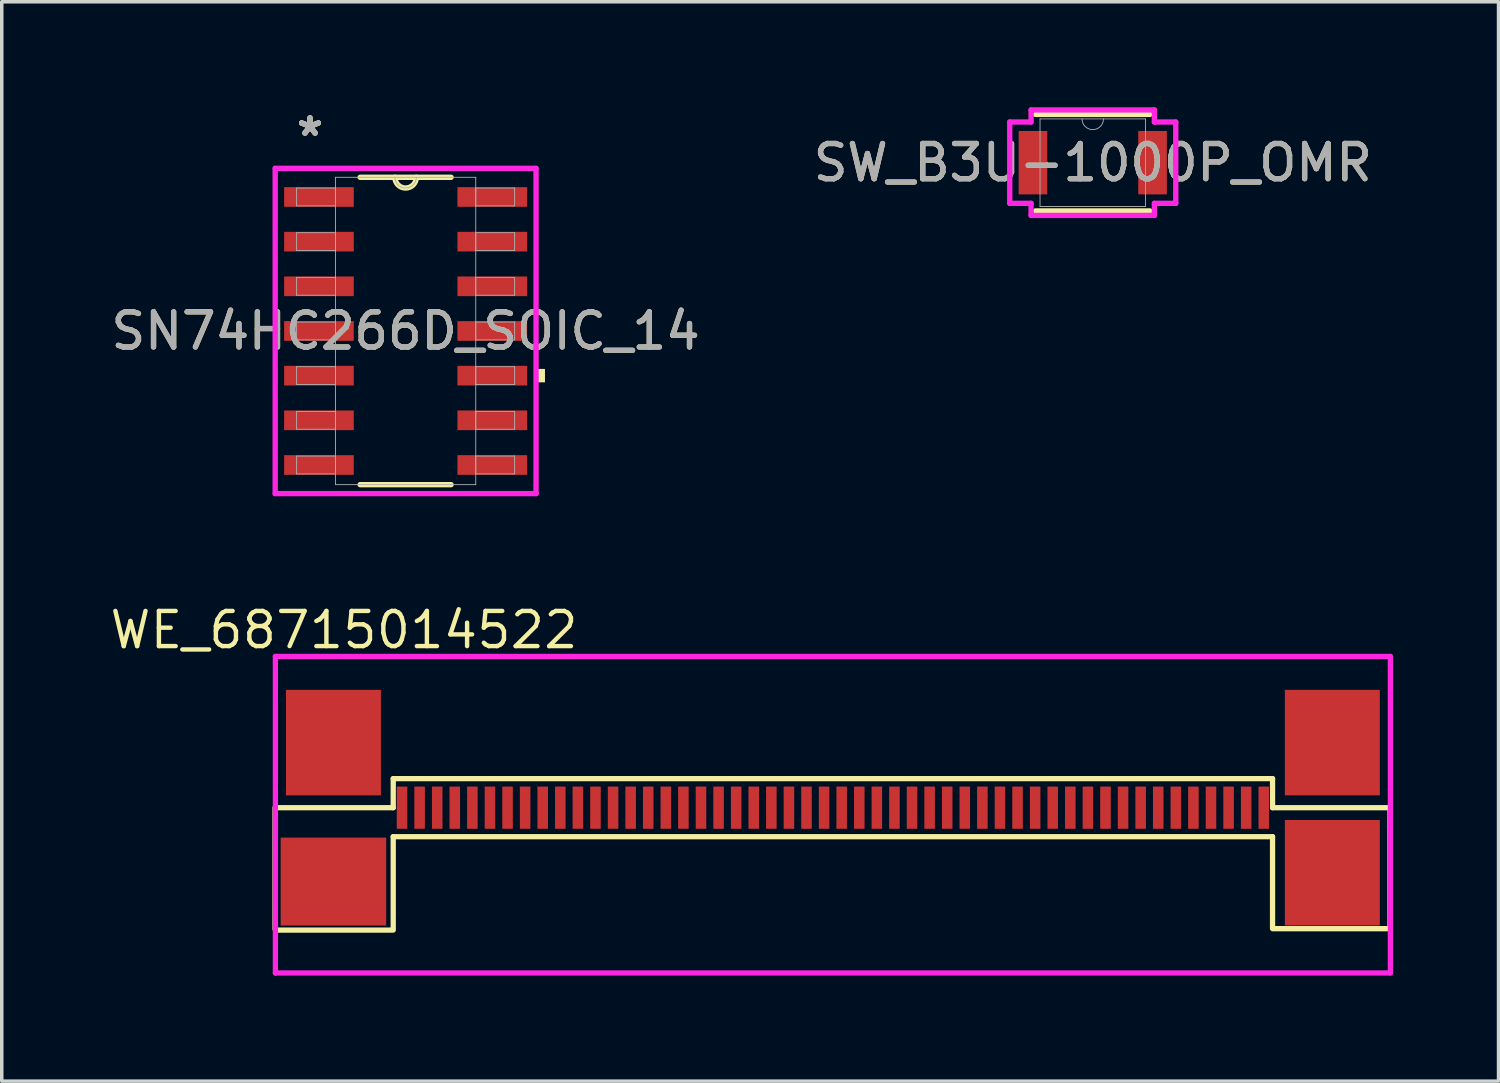
<source format=kicad_pcb>
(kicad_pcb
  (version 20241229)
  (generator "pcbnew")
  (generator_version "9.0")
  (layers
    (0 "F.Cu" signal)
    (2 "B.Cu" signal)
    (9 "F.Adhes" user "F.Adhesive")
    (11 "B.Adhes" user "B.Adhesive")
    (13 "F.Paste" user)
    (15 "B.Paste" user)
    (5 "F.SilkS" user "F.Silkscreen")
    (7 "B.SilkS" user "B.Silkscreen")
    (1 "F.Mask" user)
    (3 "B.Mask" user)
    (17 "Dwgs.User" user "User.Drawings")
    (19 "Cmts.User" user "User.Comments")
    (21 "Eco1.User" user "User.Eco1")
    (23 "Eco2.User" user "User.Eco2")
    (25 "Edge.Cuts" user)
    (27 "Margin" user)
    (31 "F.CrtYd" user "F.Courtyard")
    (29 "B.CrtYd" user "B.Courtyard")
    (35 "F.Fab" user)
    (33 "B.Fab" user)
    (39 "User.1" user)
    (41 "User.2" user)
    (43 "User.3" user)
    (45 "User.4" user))
  (footprint "WE_68715014522"
    (layer "F.Cu")
    (at 20.63 19.313)
    (property "Reference" "WE_68715014522" (at -13.9 -4.45 0) (layer "F.SilkS") (effects (font (size 1 1) (thickness 0.125))))
    (attr smd)
    (fp_line (start -15.86 4.05) (end -15.86 0.6) (stroke (width 0.15) (type solid)) (layer "F.SilkS"))
    (fp_line (start -15.83 0.6) (end -12.5 0.6) (stroke (width 0.15) (type solid)) (layer "F.SilkS"))
    (fp_line (start -12.56 4.08) (end -15.84 4.08) (stroke (width 0.15) (type solid)) (layer "F.SilkS"))
    (fp_line (start -12.5 -0.225) (end 12.5 -0.225) (stroke (width 0.15) (type solid)) (layer "F.SilkS"))
    (fp_line (start -12.5 0.6) (end -12.5 -0.225) (stroke (width 0.15) (type solid)) (layer "F.SilkS"))
    (fp_line (start -12.5 1.425) (end -12.5 4.08) (stroke (width 0.15) (type solid)) (layer "F.SilkS"))
    (fp_line (start -12.5 1.425) (end 12.5 1.425) (stroke (width 0.15) (type solid)) (layer "F.SilkS"))
    (fp_line (start 12.5 0.6) (end 12.5 -0.225) (stroke (width 0.15) (type solid)) (layer "F.SilkS"))
    (fp_line (start 12.5 1.425) (end 12.5 4.01) (stroke (width 0.15) (type solid)) (layer "F.SilkS"))
    (fp_line (start 12.5 4.04) (end 15.84 4.04) (stroke (width 0.15) (type solid)) (layer "F.SilkS"))
    (fp_line (start 15.81 0.6) (end 12.5 0.6) (stroke (width 0.15) (type solid)) (layer "F.SilkS"))
    (fp_line (start 15.84 4.04) (end 15.84 0.6) (stroke (width 0.15) (type solid)) (layer "F.SilkS"))
    (fp_line (start -15.85 -3.7) (end -15.85 5.3) (stroke (width 0.15) (type solid)) (layer "F.CrtYd"))
    (fp_line (start -15.85 5.3) (end 15.85 5.3) (stroke (width 0.15) (type solid)) (layer "F.CrtYd"))
    (fp_line (start 15.85 -3.7) (end -15.85 -3.7) (stroke (width 0.15) (type solid)) (layer "F.CrtYd"))
    (fp_line (start 15.85 5.3) (end 15.85 -3.7) (stroke (width 0.15) (type solid)) (layer "F.CrtYd"))
    (pad "1" smd rect (at -12.25 0.6) (size 0.3 1.2) (layers "F.Cu" "F.Mask" "F.Paste"))
    (pad "2" smd rect (at -11.75 0.6) (size 0.3 1.2) (layers "F.Cu" "F.Mask" "F.Paste"))
    (pad "3" smd rect (at -11.25 0.6) (size 0.3 1.2) (layers "F.Cu" "F.Mask" "F.Paste"))
    (pad "4" smd rect (at -10.75 0.6) (size 0.3 1.2) (layers "F.Cu" "F.Mask" "F.Paste"))
    (pad "5" smd rect (at -10.25 0.6) (size 0.3 1.2) (layers "F.Cu" "F.Mask" "F.Paste"))
    (pad "6" smd rect (at -9.75 0.6) (size 0.3 1.2) (layers "F.Cu" "F.Mask" "F.Paste"))
    (pad "7" smd rect (at -9.25 0.6) (size 0.3 1.2) (layers "F.Cu" "F.Mask" "F.Paste"))
    (pad "8" smd rect (at -8.75 0.6) (size 0.3 1.2) (layers "F.Cu" "F.Mask" "F.Paste"))
    (pad "9" smd rect (at -8.25 0.6) (size 0.3 1.2) (layers "F.Cu" "F.Mask" "F.Paste"))
    (pad "10" smd rect (at -7.75 0.6) (size 0.3 1.2) (layers "F.Cu" "F.Mask" "F.Paste"))
    (pad "11" smd rect (at -7.25 0.6) (size 0.3 1.2) (layers "F.Cu" "F.Mask" "F.Paste"))
    (pad "12" smd rect (at -6.75 0.6) (size 0.3 1.2) (layers "F.Cu" "F.Mask" "F.Paste"))
    (pad "13" smd rect (at -6.25 0.6) (size 0.3 1.2) (layers "F.Cu" "F.Mask" "F.Paste"))
    (pad "14" smd rect (at -5.75 0.6) (size 0.3 1.2) (layers "F.Cu" "F.Mask" "F.Paste"))
    (pad "15" smd rect (at -5.25 0.6) (size 0.3 1.2) (layers "F.Cu" "F.Mask" "F.Paste"))
    (pad "16" smd rect (at -4.75 0.6) (size 0.3 1.2) (layers "F.Cu" "F.Mask" "F.Paste"))
    (pad "17" smd rect (at -4.25 0.6) (size 0.3 1.2) (layers "F.Cu" "F.Mask" "F.Paste"))
    (pad "18" smd rect (at -3.75 0.6) (size 0.3 1.2) (layers "F.Cu" "F.Mask" "F.Paste"))
    (pad "19" smd rect (at -3.25 0.6) (size 0.3 1.2) (layers "F.Cu" "F.Mask" "F.Paste"))
    (pad "20" smd rect (at -2.75 0.6) (size 0.3 1.2) (layers "F.Cu" "F.Mask" "F.Paste"))
    (pad "21" smd rect (at -2.25 0.6) (size 0.3 1.2) (layers "F.Cu" "F.Mask" "F.Paste"))
    (pad "22" smd rect (at -1.75 0.6) (size 0.3 1.2) (layers "F.Cu" "F.Mask" "F.Paste"))
    (pad "23" smd rect (at -1.25 0.6) (size 0.3 1.2) (layers "F.Cu" "F.Mask" "F.Paste"))
    (pad "24" smd rect (at -0.75 0.6) (size 0.3 1.2) (layers "F.Cu" "F.Mask" "F.Paste"))
    (pad "25" smd rect (at -0.25 0.6) (size 0.3 1.2) (layers "F.Cu" "F.Mask" "F.Paste"))
    (pad "26" smd rect (at 0.25 0.6) (size 0.3 1.2) (layers "F.Cu" "F.Mask" "F.Paste"))
    (pad "27" smd rect (at 0.75 0.6) (size 0.3 1.2) (layers "F.Cu" "F.Mask" "F.Paste"))
    (pad "28" smd rect (at 1.25 0.6) (size 0.3 1.2) (layers "F.Cu" "F.Mask" "F.Paste"))
    (pad "29" smd rect (at 1.75 0.6) (size 0.3 1.2) (layers "F.Cu" "F.Mask" "F.Paste"))
    (pad "30" smd rect (at 2.25 0.6) (size 0.3 1.2) (layers "F.Cu" "F.Mask" "F.Paste"))
    (pad "31" smd rect (at 2.75 0.6) (size 0.3 1.2) (layers "F.Cu" "F.Mask" "F.Paste"))
    (pad "32" smd rect (at 3.25 0.6) (size 0.3 1.2) (layers "F.Cu" "F.Mask" "F.Paste"))
    (pad "33" smd rect (at 3.75 0.6) (size 0.3 1.2) (layers "F.Cu" "F.Mask" "F.Paste"))
    (pad "34" smd rect (at 4.25 0.6) (size 0.3 1.2) (layers "F.Cu" "F.Mask" "F.Paste"))
    (pad "35" smd rect (at 4.75 0.6) (size 0.3 1.2) (layers "F.Cu" "F.Mask" "F.Paste"))
    (pad "36" smd rect (at 5.25 0.6) (size 0.3 1.2) (layers "F.Cu" "F.Mask" "F.Paste"))
    (pad "37" smd rect (at 5.75 0.6) (size 0.3 1.2) (layers "F.Cu" "F.Mask" "F.Paste"))
    (pad "38" smd rect (at 6.25 0.6) (size 0.3 1.2) (layers "F.Cu" "F.Mask" "F.Paste"))
    (pad "39" smd rect (at 6.75 0.6) (size 0.3 1.2) (layers "F.Cu" "F.Mask" "F.Paste"))
    (pad "40" smd rect (at 7.25 0.6) (size 0.3 1.2) (layers "F.Cu" "F.Mask" "F.Paste"))
    (pad "41" smd rect (at 7.75 0.6) (size 0.3 1.2) (layers "F.Cu" "F.Mask" "F.Paste"))
    (pad "42" smd rect (at 8.25 0.6) (size 0.3 1.2) (layers "F.Cu" "F.Mask" "F.Paste"))
    (pad "43" smd rect (at 8.75 0.6) (size 0.3 1.2) (layers "F.Cu" "F.Mask" "F.Paste"))
    (pad "44" smd rect (at 9.25 0.6) (size 0.3 1.2) (layers "F.Cu" "F.Mask" "F.Paste"))
    (pad "45" smd rect (at 9.75 0.6) (size 0.3 1.2) (layers "F.Cu" "F.Mask" "F.Paste"))
    (pad "46" smd rect (at 10.25 0.6) (size 0.3 1.2) (layers "F.Cu" "F.Mask" "F.Paste"))
    (pad "47" smd rect (at 10.75 0.6) (size 0.3 1.2) (layers "F.Cu" "F.Mask" "F.Paste"))
    (pad "48" smd rect (at 11.25 0.6) (size 0.3 1.2) (layers "F.Cu" "F.Mask" "F.Paste"))
    (pad "49" smd rect (at 11.75 0.6) (size 0.3 1.2) (layers "F.Cu" "F.Mask" "F.Paste"))
    (pad "50" smd rect (at 12.25 0.6) (size 0.3 1.2) (layers "F.Cu" "F.Mask" "F.Paste"))
    (pad "~" smd rect (at -14.2 -1.25) (size 2.7 3) (layers "F.Cu" "F.Mask" "F.Paste"))
    (pad "~" smd rect (at -14.2 2.7) (size 3 2.5) (layers "F.Cu" "F.Mask" "F.Paste"))
    (pad "~" smd rect (at 14.2 -1.25) (size 2.7 3) (layers "F.Cu" "F.Mask" "F.Paste"))
    (pad "~" smd rect (at 14.2 2.45) (size 2.7 3) (layers "F.Cu" "F.Mask" "F.Paste")))
  (footprint "SN74HC266D_SOIC_14"
    (layer "F.Cu")
    (at 8.482 6.36)
    (property "Reference" "SN74HC266D_SOIC_14" (at 0 0 0) (unlocked yes) (layer "F.SilkS") (effects (font (size 1 1) (thickness 0.15))))
    (attr smd)
    (fp_line (start -1.293 4.369) (end 1.293 4.369) (stroke (width 0.152) (type solid)) (layer "F.SilkS"))
    (fp_line (start 1.293 -4.369) (end -1.293 -4.369) (stroke (width 0.152) (type solid)) (layer "F.SilkS"))
    (fp_arc (start 0.3048 -4.3688) (mid 0 -4.064) (end -0.3048 -4.3688) (stroke (width 0.1524) (type solid)) (layer "F.SilkS"))
    (fp_poly (pts (xy 3.962 1.079) (xy 3.962 1.46) (xy 3.708 1.46) (xy 3.708 1.079)) (stroke (width 0) (type solid)) (fill yes) (layer "F.SilkS"))
    (fp_line (start -3.708 -4.623) (end 3.708 -4.623) (stroke (width 0.152) (type solid)) (layer "F.CrtYd"))
    (fp_line (start -3.708 4.623) (end -3.708 -4.623) (stroke (width 0.152) (type solid)) (layer "F.CrtYd"))
    (fp_line (start 3.708 -4.623) (end 3.708 4.623) (stroke (width 0.152) (type solid)) (layer "F.CrtYd"))
    (fp_line (start 3.708 4.623) (end -3.708 4.623) (stroke (width 0.152) (type solid)) (layer "F.CrtYd"))
    (fp_line (start -3.099 -4.064) (end -3.099 -3.556) (stroke (width 0.025) (type solid)) (layer "F.Fab"))
    (fp_line (start -3.099 -3.556) (end -1.994 -3.556) (stroke (width 0.025) (type solid)) (layer "F.Fab"))
    (fp_line (start -3.099 -2.794) (end -3.099 -2.286) (stroke (width 0.025) (type solid)) (layer "F.Fab"))
    (fp_line (start -3.099 -2.286) (end -1.994 -2.286) (stroke (width 0.025) (type solid)) (layer "F.Fab"))
    (fp_line (start -3.099 -1.524) (end -3.099 -1.016) (stroke (width 0.025) (type solid)) (layer "F.Fab"))
    (fp_line (start -3.099 -1.016) (end -1.994 -1.016) (stroke (width 0.025) (type solid)) (layer "F.Fab"))
    (fp_line (start -3.099 -0.254) (end -3.099 0.254) (stroke (width 0.025) (type solid)) (layer "F.Fab"))
    (fp_line (start -3.099 0.254) (end -1.994 0.254) (stroke (width 0.025) (type solid)) (layer "F.Fab"))
    (fp_line (start -3.099 1.016) (end -3.099 1.524) (stroke (width 0.025) (type solid)) (layer "F.Fab"))
    (fp_line (start -3.099 1.524) (end -1.994 1.524) (stroke (width 0.025) (type solid)) (layer "F.Fab"))
    (fp_line (start -3.099 2.286) (end -3.099 2.794) (stroke (width 0.025) (type solid)) (layer "F.Fab"))
    (fp_line (start -3.099 2.794) (end -1.994 2.794) (stroke (width 0.025) (type solid)) (layer "F.Fab"))
    (fp_line (start -3.099 3.556) (end -3.099 4.064) (stroke (width 0.025) (type solid)) (layer "F.Fab"))
    (fp_line (start -3.099 4.064) (end -1.994 4.064) (stroke (width 0.025) (type solid)) (layer "F.Fab"))
    (fp_line (start -1.994 -4.369) (end -1.994 4.369) (stroke (width 0.025) (type solid)) (layer "F.Fab"))
    (fp_line (start -1.994 -4.064) (end -3.099 -4.064) (stroke (width 0.025) (type solid)) (layer "F.Fab"))
    (fp_line (start -1.994 -3.556) (end -1.994 -4.064) (stroke (width 0.025) (type solid)) (layer "F.Fab"))
    (fp_line (start -1.994 -2.794) (end -3.099 -2.794) (stroke (width 0.025) (type solid)) (layer "F.Fab"))
    (fp_line (start -1.994 -2.286) (end -1.994 -2.794) (stroke (width 0.025) (type solid)) (layer "F.Fab"))
    (fp_line (start -1.994 -1.524) (end -3.099 -1.524) (stroke (width 0.025) (type solid)) (layer "F.Fab"))
    (fp_line (start -1.994 -1.016) (end -1.994 -1.524) (stroke (width 0.025) (type solid)) (layer "F.Fab"))
    (fp_line (start -1.994 -0.254) (end -3.099 -0.254) (stroke (width 0.025) (type solid)) (layer "F.Fab"))
    (fp_line (start -1.994 0.254) (end -1.994 -0.254) (stroke (width 0.025) (type solid)) (layer "F.Fab"))
    (fp_line (start -1.994 1.016) (end -3.099 1.016) (stroke (width 0.025) (type solid)) (layer "F.Fab"))
    (fp_line (start -1.994 1.524) (end -1.994 1.016) (stroke (width 0.025) (type solid)) (layer "F.Fab"))
    (fp_line (start -1.994 2.286) (end -3.099 2.286) (stroke (width 0.025) (type solid)) (layer "F.Fab"))
    (fp_line (start -1.994 2.794) (end -1.994 2.286) (stroke (width 0.025) (type solid)) (layer "F.Fab"))
    (fp_line (start -1.994 3.556) (end -3.099 3.556) (stroke (width 0.025) (type solid)) (layer "F.Fab"))
    (fp_line (start -1.994 4.064) (end -1.994 3.556) (stroke (width 0.025) (type solid)) (layer "F.Fab"))
    (fp_line (start -1.994 4.369) (end 1.994 4.369) (stroke (width 0.025) (type solid)) (layer "F.Fab"))
    (fp_line (start 1.994 -4.369) (end -1.994 -4.369) (stroke (width 0.025) (type solid)) (layer "F.Fab"))
    (fp_line (start 1.994 -4.064) (end 1.994 -3.556) (stroke (width 0.025) (type solid)) (layer "F.Fab"))
    (fp_line (start 1.994 -3.556) (end 3.099 -3.556) (stroke (width 0.025) (type solid)) (layer "F.Fab"))
    (fp_line (start 1.994 -2.794) (end 1.994 -2.286) (stroke (width 0.025) (type solid)) (layer "F.Fab"))
    (fp_line (start 1.994 -2.286) (end 3.099 -2.286) (stroke (width 0.025) (type solid)) (layer "F.Fab"))
    (fp_line (start 1.994 -1.524) (end 1.994 -1.016) (stroke (width 0.025) (type solid)) (layer "F.Fab"))
    (fp_line (start 1.994 -1.016) (end 3.099 -1.016) (stroke (width 0.025) (type solid)) (layer "F.Fab"))
    (fp_line (start 1.994 -0.254) (end 1.994 0.254) (stroke (width 0.025) (type solid)) (layer "F.Fab"))
    (fp_line (start 1.994 0.254) (end 3.099 0.254) (stroke (width 0.025) (type solid)) (layer "F.Fab"))
    (fp_line (start 1.994 1.016) (end 1.994 1.524) (stroke (width 0.025) (type solid)) (layer "F.Fab"))
    (fp_line (start 1.994 1.524) (end 3.099 1.524) (stroke (width 0.025) (type solid)) (layer "F.Fab"))
    (fp_line (start 1.994 2.286) (end 1.994 2.794) (stroke (width 0.025) (type solid)) (layer "F.Fab"))
    (fp_line (start 1.994 2.794) (end 3.099 2.794) (stroke (width 0.025) (type solid)) (layer "F.Fab"))
    (fp_line (start 1.994 3.556) (end 1.994 4.064) (stroke (width 0.025) (type solid)) (layer "F.Fab"))
    (fp_line (start 1.994 4.064) (end 3.099 4.064) (stroke (width 0.025) (type solid)) (layer "F.Fab"))
    (fp_line (start 1.994 4.369) (end 1.994 -4.369) (stroke (width 0.025) (type solid)) (layer "F.Fab"))
    (fp_line (start 3.099 -4.064) (end 1.994 -4.064) (stroke (width 0.025) (type solid)) (layer "F.Fab"))
    (fp_line (start 3.099 -3.556) (end 3.099 -4.064) (stroke (width 0.025) (type solid)) (layer "F.Fab"))
    (fp_line (start 3.099 -2.794) (end 1.994 -2.794) (stroke (width 0.025) (type solid)) (layer "F.Fab"))
    (fp_line (start 3.099 -2.286) (end 3.099 -2.794) (stroke (width 0.025) (type solid)) (layer "F.Fab"))
    (fp_line (start 3.099 -1.524) (end 1.994 -1.524) (stroke (width 0.025) (type solid)) (layer "F.Fab"))
    (fp_line (start 3.099 -1.016) (end 3.099 -1.524) (stroke (width 0.025) (type solid)) (layer "F.Fab"))
    (fp_line (start 3.099 -0.254) (end 1.994 -0.254) (stroke (width 0.025) (type solid)) (layer "F.Fab"))
    (fp_line (start 3.099 0.254) (end 3.099 -0.254) (stroke (width 0.025) (type solid)) (layer "F.Fab"))
    (fp_line (start 3.099 1.016) (end 1.994 1.016) (stroke (width 0.025) (type solid)) (layer "F.Fab"))
    (fp_line (start 3.099 1.524) (end 3.099 1.016) (stroke (width 0.025) (type solid)) (layer "F.Fab"))
    (fp_line (start 3.099 2.286) (end 1.994 2.286) (stroke (width 0.025) (type solid)) (layer "F.Fab"))
    (fp_line (start 3.099 2.794) (end 3.099 2.286) (stroke (width 0.025) (type solid)) (layer "F.Fab"))
    (fp_line (start 3.099 3.556) (end 1.994 3.556) (stroke (width 0.025) (type solid)) (layer "F.Fab"))
    (fp_line (start 3.099 4.064) (end 3.099 3.556) (stroke (width 0.025) (type solid)) (layer "F.Fab"))
    (fp_arc (start 0.3048 -4.3688) (mid 0 -4.064) (end -0.3048 -4.3688) (stroke (width 0.0254) (type solid)) (layer "F.Fab"))
    (fp_text user "*" (at -2.718 -5.512 0) (unlocked yes) (layer "F.SilkS") (effects (font (size 1 1) (thickness 0.15))))
    (fp_text user "*" (at -2.718 -5.512 0) (layer "F.SilkS") (effects (font (size 1 1) (thickness 0.15))))
    (fp_text user "${REFERENCE}" (at 0 0 0) (unlocked yes) (layer "F.Fab") (effects (font (size 1 1) (thickness 0.15))))
    (fp_text user "*" (at -2.718 -5.512 0) (unlocked yes) (layer "F.Fab") (effects (font (size 1 1) (thickness 0.15))))
    (fp_text user "*" (at -2.718 -5.512 0) (layer "F.Fab") (effects (font (size 1 1) (thickness 0.15))))
    (pad "1" smd rect (at -2.464 -3.81) (size 1.981 0.559) (layers "F.Cu" "F.Mask" "F.Paste"))
    (pad "2" smd rect (at -2.464 -2.54) (size 1.981 0.559) (layers "F.Cu" "F.Mask" "F.Paste"))
    (pad "3" smd rect (at -2.464 -1.27) (size 1.981 0.559) (layers "F.Cu" "F.Mask" "F.Paste"))
    (pad "4" smd rect (at -2.464 0) (size 1.981 0.559) (layers "F.Cu" "F.Mask" "F.Paste"))
    (pad "5" smd rect (at -2.464 1.27) (size 1.981 0.559) (layers "F.Cu" "F.Mask" "F.Paste"))
    (pad "6" smd rect (at -2.464 2.54) (size 1.981 0.559) (layers "F.Cu" "F.Mask" "F.Paste"))
    (pad "7" smd rect (at -2.464 3.81) (size 1.981 0.559) (layers "F.Cu" "F.Mask" "F.Paste"))
    (pad "8" smd rect (at 2.464 3.81) (size 1.981 0.559) (layers "F.Cu" "F.Mask" "F.Paste"))
    (pad "9" smd rect (at 2.464 2.54) (size 1.981 0.559) (layers "F.Cu" "F.Mask" "F.Paste"))
    (pad "10" smd rect (at 2.464 1.27) (size 1.981 0.559) (layers "F.Cu" "F.Mask" "F.Paste"))
    (pad "11" smd rect (at 2.464 0) (size 1.981 0.559) (layers "F.Cu" "F.Mask" "F.Paste"))
    (pad "12" smd rect (at 2.464 -1.27) (size 1.981 0.559) (layers "F.Cu" "F.Mask" "F.Paste"))
    (pad "13" smd rect (at 2.464 -2.54) (size 1.981 0.559) (layers "F.Cu" "F.Mask" "F.Paste"))
    (pad "14" smd rect (at 2.464 -3.81) (size 1.981 0.559) (layers "F.Cu" "F.Mask" "F.Paste")))
  (footprint "SW_B3U-1000P_OMR"
    (layer "F.Cu")
    (at 28.018 1.575)
    (property "Reference" "SW_B3U-1000P_OMR" (at 0 0 0) (unlocked yes) (layer "F.SilkS") (effects (font (size 1 1) (thickness 0.15))))
    (attr smd)
    (fp_line (start -1.626 1.372) (end 1.626 1.372) (stroke (width 0.152) (type solid)) (layer "F.SilkS"))
    (fp_line (start 1.626 -1.372) (end -1.626 -1.372) (stroke (width 0.152) (type solid)) (layer "F.SilkS"))
    (fp_line (start -2.36 -1.156) (end -1.753 -1.156) (stroke (width 0.152) (type solid)) (layer "F.CrtYd"))
    (fp_line (start -2.36 1.156) (end -2.36 -1.156) (stroke (width 0.152) (type solid)) (layer "F.CrtYd"))
    (fp_line (start -2.36 1.156) (end -1.753 1.156) (stroke (width 0.152) (type solid)) (layer "F.CrtYd"))
    (fp_line (start -1.753 -1.499) (end 1.753 -1.499) (stroke (width 0.152) (type solid)) (layer "F.CrtYd"))
    (fp_line (start -1.753 -1.156) (end -1.753 -1.499) (stroke (width 0.152) (type solid)) (layer "F.CrtYd"))
    (fp_line (start -1.753 1.499) (end -1.753 1.156) (stroke (width 0.152) (type solid)) (layer "F.CrtYd"))
    (fp_line (start 1.753 -1.499) (end 1.753 -1.156) (stroke (width 0.152) (type solid)) (layer "F.CrtYd"))
    (fp_line (start 1.753 1.156) (end 1.753 1.499) (stroke (width 0.152) (type solid)) (layer "F.CrtYd"))
    (fp_line (start 1.753 1.499) (end -1.753 1.499) (stroke (width 0.152) (type solid)) (layer "F.CrtYd"))
    (fp_line (start 2.36 -1.156) (end 1.753 -1.156) (stroke (width 0.152) (type solid)) (layer "F.CrtYd"))
    (fp_line (start 2.36 -1.156) (end 2.36 1.156) (stroke (width 0.152) (type solid)) (layer "F.CrtYd"))
    (fp_line (start 2.36 1.156) (end 1.753 1.156) (stroke (width 0.152) (type solid)) (layer "F.CrtYd"))
    (fp_line (start -1.499 -1.245) (end -1.499 1.245) (stroke (width 0.025) (type solid)) (layer "F.Fab"))
    (fp_line (start -1.499 1.245) (end 1.499 1.245) (stroke (width 0.025) (type solid)) (layer "F.Fab"))
    (fp_line (start 1.499 -1.245) (end -1.499 -1.245) (stroke (width 0.025) (type solid)) (layer "F.Fab"))
    (fp_line (start 1.499 1.245) (end 1.499 -1.245) (stroke (width 0.025) (type solid)) (layer "F.Fab"))
    (fp_arc (start 0.3048 -1.2446) (mid 0 -0.9398) (end -0.3048 -1.2446) (stroke (width 0.0254) (type solid)) (layer "F.Fab"))
    (fp_circle (center -1.294 0) (end -1.294 0) (stroke (width 0.025) (type solid)) (fill no) (layer "F.Fab"))
    (fp_text user "${REFERENCE}" (at 0 0 0) (unlocked yes) (layer "F.Fab") (effects (font (size 1 1) (thickness 0.15))))
    (pad "1" smd rect (at -1.7 0) (size 0.813 1.803) (layers "F.Cu" "F.Mask" "F.Paste"))
    (pad "2" smd rect (at 1.7 0) (size 0.813 1.803) (layers "F.Cu" "F.Mask" "F.Paste")))
  (gr_rect
    (start -3 -3)
    (end 39.555 27.688)
    (stroke (width 0.1) (type default))
    (fill no)
    (layer "Edge.Cuts")))
</source>
